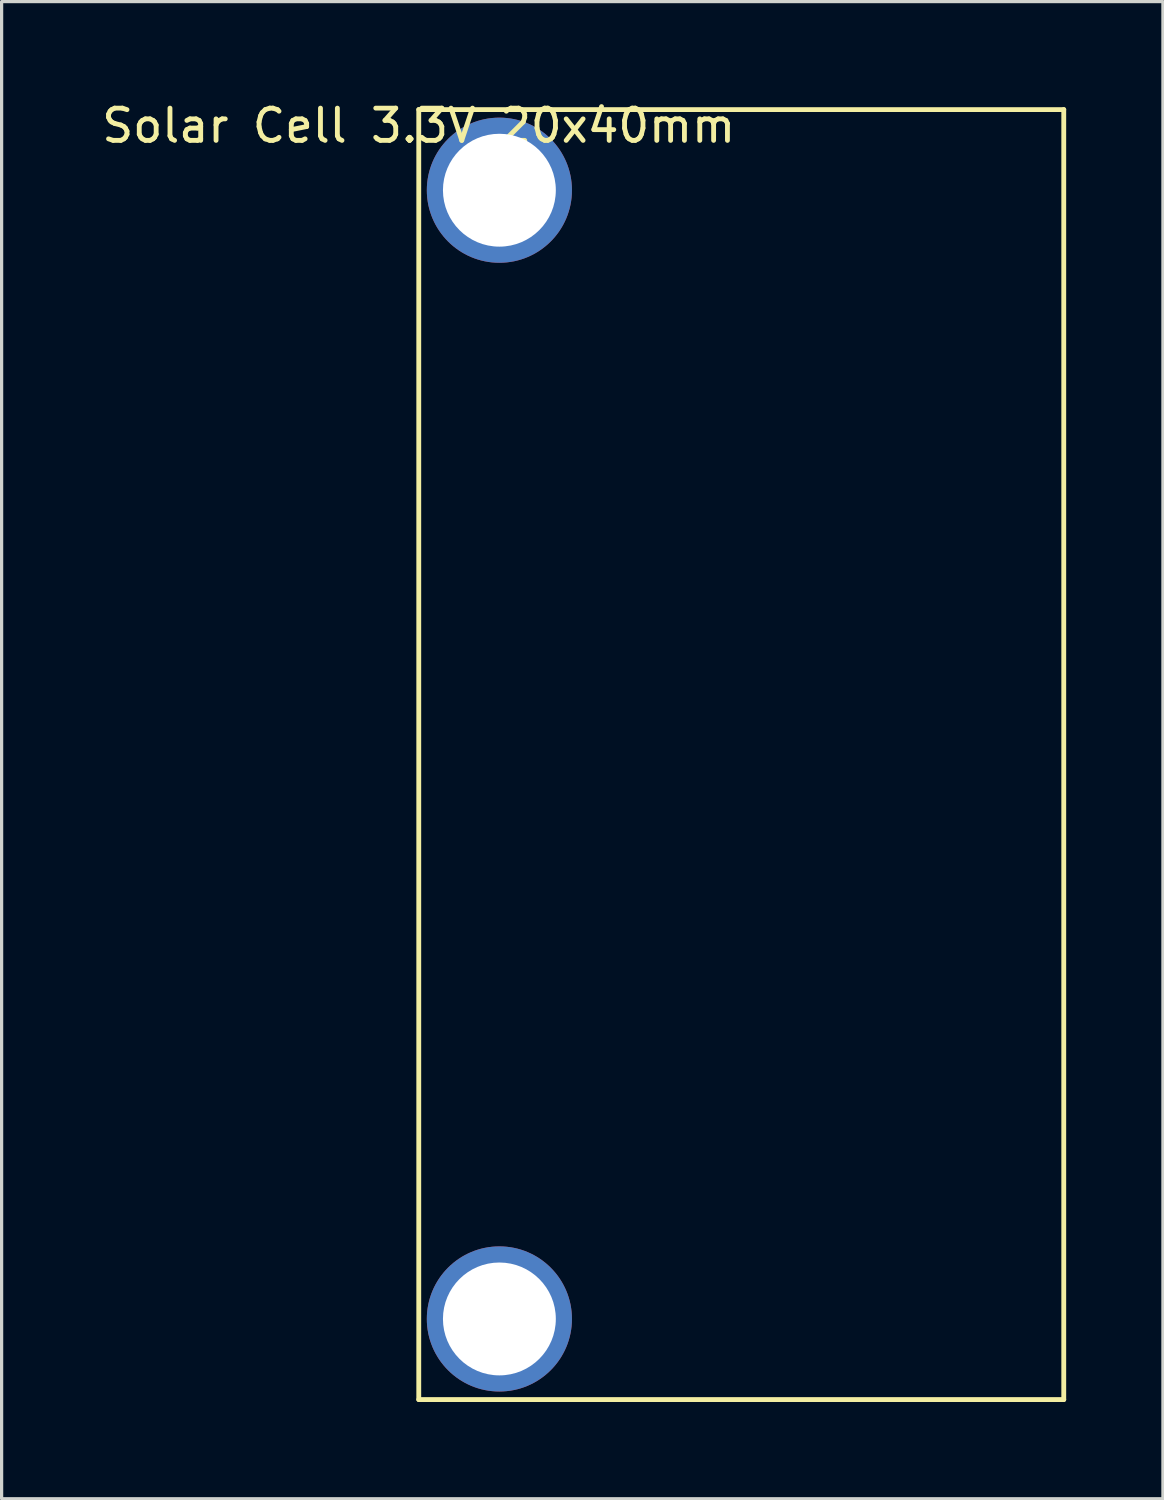
<source format=kicad_pcb>
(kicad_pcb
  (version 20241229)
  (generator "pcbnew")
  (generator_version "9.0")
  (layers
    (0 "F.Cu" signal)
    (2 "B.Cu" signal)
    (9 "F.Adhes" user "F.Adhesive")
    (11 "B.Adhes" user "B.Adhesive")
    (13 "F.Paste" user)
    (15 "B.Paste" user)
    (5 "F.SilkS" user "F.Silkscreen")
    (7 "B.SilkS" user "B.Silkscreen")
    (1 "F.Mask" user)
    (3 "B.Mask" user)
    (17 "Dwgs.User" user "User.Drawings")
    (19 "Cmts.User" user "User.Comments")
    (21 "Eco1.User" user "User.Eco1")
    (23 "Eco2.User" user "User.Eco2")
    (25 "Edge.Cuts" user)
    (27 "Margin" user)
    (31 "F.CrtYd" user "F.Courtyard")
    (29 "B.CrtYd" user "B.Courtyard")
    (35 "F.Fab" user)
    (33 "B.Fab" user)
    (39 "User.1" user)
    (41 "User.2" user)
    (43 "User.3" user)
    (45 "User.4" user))
  (footprint "Solar Cell 3.3V 20x40mm"
    (layer "F.Cu")
    (at 9.935 0.348)
    (property "Reference" "Solar Cell 3.3V 20x40mm" (at 0 0.5 0) (unlocked yes) (layer "F.SilkS") (effects (font (size 1 1) (thickness 0.15))))
    (attr through_hole)
    (fp_line (start 0 0) (end 0 40) (stroke (width 0.15) (type solid)) (layer "F.SilkS"))
    (fp_line (start 0 40) (end 20 40) (stroke (width 0.15) (type solid)) (layer "F.SilkS"))
    (fp_line (start 20 0) (end 0 0) (stroke (width 0.15) (type solid)) (layer "F.SilkS"))
    (fp_line (start 20 40) (end 20 0) (stroke (width 0.15) (type solid)) (layer "F.SilkS"))
    (pad "1" thru_hole circle (at 2.5 2.5) (size 4.5 4.5) (drill 3.5) (layers "*.Cu" "*.Mask"))
    (pad "2" thru_hole circle (at 2.5 37.5) (size 4.5 4.5) (drill 3.5) (layers "*.Cu" "*.Mask")))
  (gr_rect
    (start -3 -3)
    (end 33.01 43.423)
    (stroke (width 0.1) (type default))
    (fill no)
    (layer "Edge.Cuts")))
</source>
